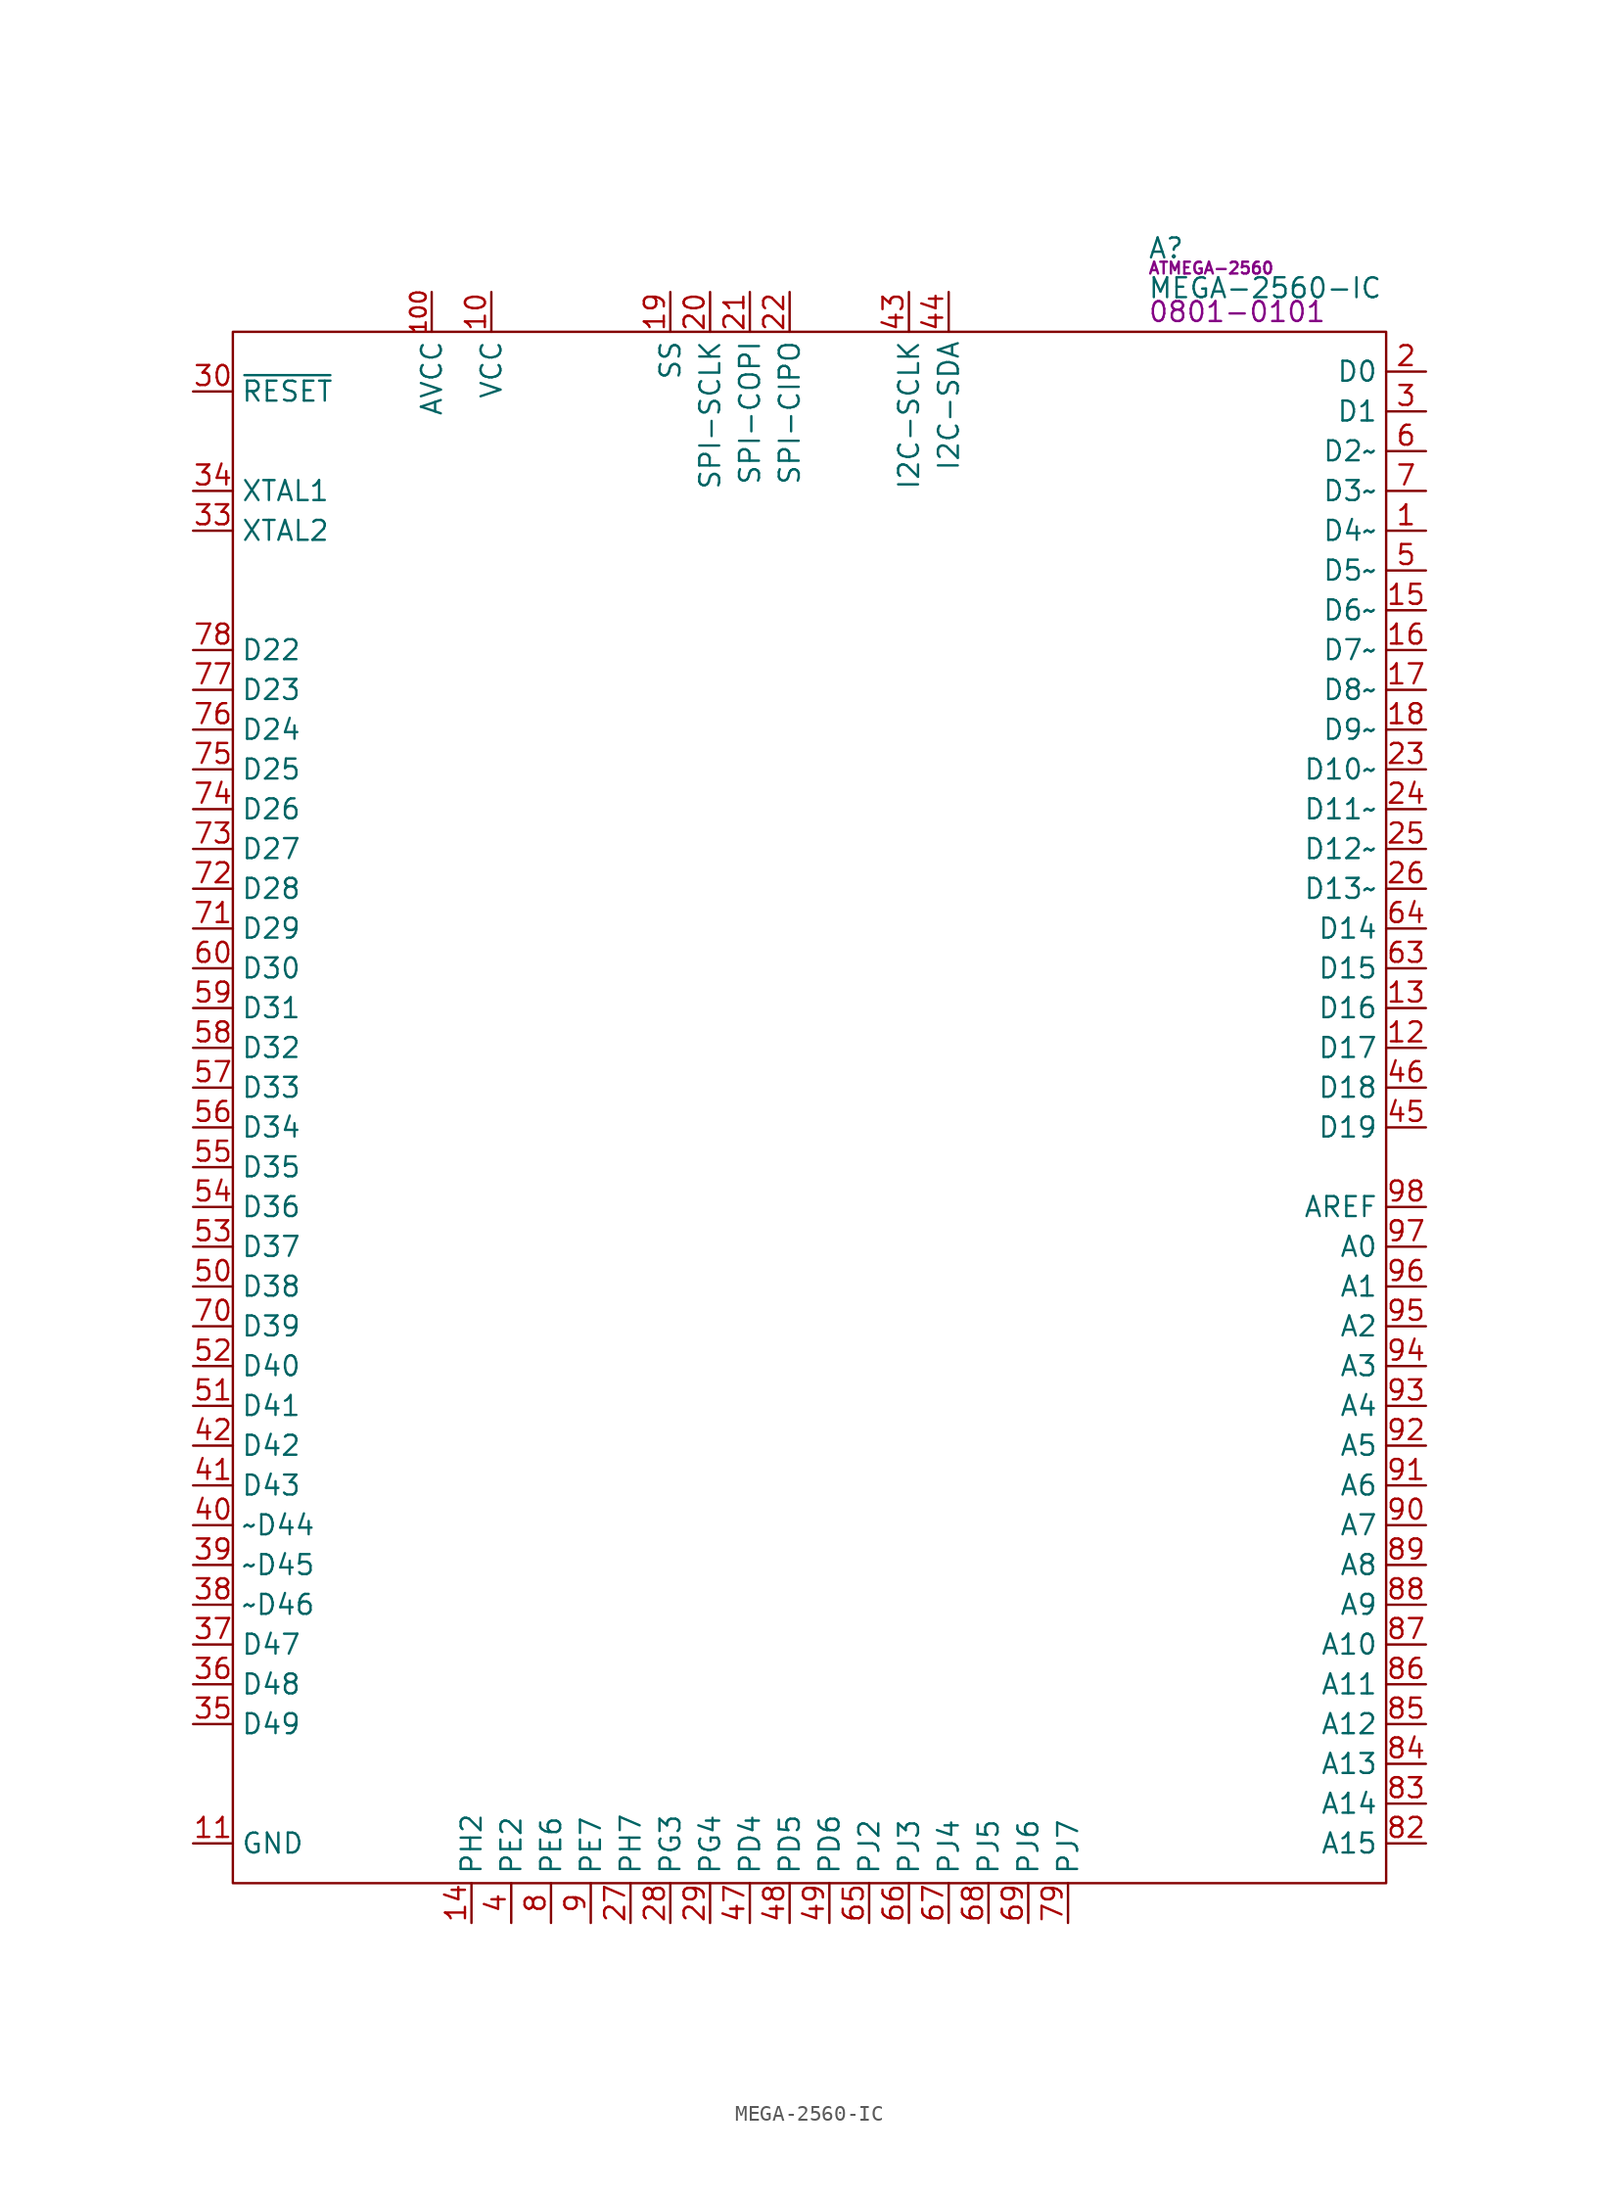
<source format=kicad_sym>
(kicad_symbol_lib
  (version 20211014)
  (generator kicad_symbol_editor)
  (symbol "MEGA-2560-IC"
    (property "Reference" "A"
      (at 58.42 5.334 0)
      (effects (font (size 1.27 1.27)) (justify left)))
    (property "Value" "MEGA-2560-IC"
      (at 58.42 2.794 0)
      (effects (font (size 1.27 1.27)) (justify left)))
    (property "IC" "ATMEGA-2560"
      (at 58.42 4.064 0)
      (effects (font (size 0.75 0.75)) (justify left)))
    (property "PartNumber" "0801-0101"
      (at 58.42 1.27 0)
      (effects (font (size 1.27 1.27)) (justify left)))
    (symbol "MEGA-2560-IC_0_0"
      (pin bidirectional line (at 76.2 -12.7 180) (length 2.54) (name "D4~" (effects (font (size 1.27 1.27)))) (number "1" (effects (font (size 1.27 1.27)))) (alternate "OC0B" bidirectional line) (alternate "PG5" bidirectional line))
      (pin power_in line (at 16.51 2.54 270) (length 2.54) (name "VCC" (effects (font (size 1.27 1.27)))) (number "10" (effects (font (size 1.27 1.27)))))
      (pin power_in line (at 12.7 2.54 270) (length 2.54) (name "AVCC" (effects (font (size 1.27 1.27)))) (number "100" (effects (font (size 1 1)))))
      (pin power_in line (at -2.54 -96.52 0) (length 2.54) (name "GND" (effects (font (size 1.27 1.27)))) (number "11" (effects (font (size 1.27 1.27)))))
      (pin bidirectional line (at 76.2 -45.72 180) (length 2.54) (name "D17" (effects (font (size 1.27 1.27)))) (number "12" (effects (font (size 1.27 1.27)))) (alternate "PH0" bidirectional line) (alternate "RXD2" bidirectional line))
      (pin bidirectional line (at 76.2 -43.18 180) (length 2.54) (name "D16" (effects (font (size 1.27 1.27)))) (number "13" (effects (font (size 1.27 1.27)))) (alternate "PH1" bidirectional line) (alternate "TXD2" bidirectional line))
      (pin bidirectional line (at 15.24 -101.6 90) (length 2.54) (name "PH2" (effects (font (size 1.27 1.27)))) (number "14" (effects (font (size 1.27 1.27)))) (alternate "NC" no_connect line) (alternate "XCK2" bidirectional line))
      (pin bidirectional line (at 76.2 -17.78 180) (length 2.54) (name "D6~" (effects (font (size 1.27 1.27)))) (number "15" (effects (font (size 1.27 1.27)))) (alternate "OC4A" bidirectional line) (alternate "PH3" bidirectional line))
      (pin bidirectional line (at 76.2 -20.32 180) (length 2.54) (name "D7~" (effects (font (size 1.27 1.27)))) (number "16" (effects (font (size 1.27 1.27)))) (alternate "OC4B" bidirectional line) (alternate "PH4" bidirectional line))
      (pin bidirectional line (at 76.2 -22.86 180) (length 2.54) (name "D8~" (effects (font (size 1.27 1.27)))) (number "17" (effects (font (size 1.27 1.27)))) (alternate "OC4C" bidirectional line) (alternate "PH5" bidirectional line))
      (pin bidirectional line (at 76.2 -25.4 180) (length 2.54) (name "D9~" (effects (font (size 1.27 1.27)))) (number "18" (effects (font (size 1.27 1.27)))) (alternate "OC2B" bidirectional line) (alternate "PH6" bidirectional line))
      (pin output line (at 27.94 2.54 270) (length 2.54) (name "SS" (effects (font (size 1.27 1.27)))) (number "19" (effects (font (size 1.27 1.27)))) (alternate "D53" bidirectional line) (alternate "PB0" bidirectional line) (alternate "PCINT0" input line))
      (pin bidirectional line (at 76.2 -2.54 180) (length 2.54) (name "D0" (effects (font (size 1.27 1.27)))) (number "2" (effects (font (size 1.27 1.27)))) (alternate "PCINT8" input line) (alternate "PE0" bidirectional line) (alternate "RXD0" input line))
      (pin output line (at 30.48 2.54 270) (length 2.54) (name "SPI-SCLK" (effects (font (size 1.27 1.27)))) (number "20" (effects (font (size 1.27 1.27)))) (alternate "D52" bidirectional line) (alternate "PB1" bidirectional line) (alternate "PCINT1" input line))
      (pin output line (at 33.02 2.54 270) (length 2.54) (name "SPI-COPI" (effects (font (size 1.27 1.27)))) (number "21" (effects (font (size 1.27 1.27)))) (alternate "D51" bidirectional line) (alternate "PB2" bidirectional line) (alternate "PCINT2" input line))
      (pin bidirectional line (at 35.56 2.54 270) (length 2.54) (name "SPI-CIPO" (effects (font (size 1.27 1.27)))) (number "22" (effects (font (size 1.27 1.27)))) (alternate "D50" bidirectional line) (alternate "PB3" bidirectional line) (alternate "PCINT3" bidirectional line))
      (pin bidirectional line (at 76.2 -27.94 180) (length 2.54) (name "D10~" (effects (font (size 1.27 1.27)))) (number "23" (effects (font (size 1.27 1.27)))) (alternate "OC2A" bidirectional line) (alternate "PB4" bidirectional line) (alternate "PCINT4" bidirectional line))
      (pin bidirectional line (at 76.2 -30.48 180) (length 2.54) (name "D11~" (effects (font (size 1.27 1.27)))) (number "24" (effects (font (size 1.27 1.27)))) (alternate "OC1A" bidirectional line) (alternate "PB5" bidirectional line) (alternate "PCINT5" bidirectional line))
      (pin bidirectional line (at 76.2 -33.02 180) (length 2.54) (name "D12~" (effects (font (size 1.27 1.27)))) (number "25" (effects (font (size 1.27 1.27)))) (alternate "OC1B" bidirectional line) (alternate "PB6" bidirectional line) (alternate "PCINT6" bidirectional line))
      (pin bidirectional line (at 76.2 -35.56 180) (length 2.54) (name "D13~" (effects (font (size 1.27 1.27)))) (number "26" (effects (font (size 1.27 1.27)))) (alternate "OC0A" bidirectional line) (alternate "OC1C" bidirectional line) (alternate "PB7" bidirectional line) (alternate "PCINT7" bidirectional line))
      (pin bidirectional line (at 25.4 -101.6 90) (length 2.54) (name "PH7" (effects (font (size 1.27 1.27)))) (number "27" (effects (font (size 1.27 1.27)))) (alternate "NC" no_connect line) (alternate "T4" unspecified line))
      (pin bidirectional line (at 27.94 -101.6 90) (length 2.54) (name "PG3" (effects (font (size 1.27 1.27)))) (number "28" (effects (font (size 1.27 1.27)))) (alternate "NC" no_connect line) (alternate "TOSC2" bidirectional line))
      (pin bidirectional line (at 30.48 -101.6 90) (length 2.54) (name "PG4" (effects (font (size 1.27 1.27)))) (number "29" (effects (font (size 1.27 1.27)))) (alternate "NC" no_connect line) (alternate "TOSC1" bidirectional line))
      (pin bidirectional line (at 76.2 -5.08 180) (length 2.54) (name "D1" (effects (font (size 1.27 1.27)))) (number "3" (effects (font (size 1.27 1.27)))) (alternate "PE1" bidirectional line) (alternate "TXD0" output line))
      (pin input line (at -2.54 -3.81 0) (length 2.54) (name "~{RESET}" (effects (font (size 1.27 1.27)))) (number "30" (effects (font (size 1.27 1.27)))))
      (pin power_in line (at 16.51 2.54 270) (length 2.54) hide (name "VCC" (effects (font (size 1.27 1.27)))) (number "31" (effects (font (size 1.27 1.27)))))
      (pin power_in line (at -2.54 -96.52 0) (length 2.54) hide (name "GND" (effects (font (size 1.27 1.27)))) (number "32" (effects (font (size 1.27 1.27)))))
      (pin input line (at -2.54 -12.7 0) (length 2.54) (name "XTAL2" (effects (font (size 1.27 1.27)))) (number "33" (effects (font (size 1.27 1.27)))))
      (pin input line (at -2.54 -10.16 0) (length 2.54) (name "XTAL1" (effects (font (size 1.27 1.27)))) (number "34" (effects (font (size 1.27 1.27)))))
      (pin bidirectional line (at -2.54 -88.9 0) (length 2.54) (name "D49" (effects (font (size 1.27 1.27)))) (number "35" (effects (font (size 1.27 1.27)))) (alternate "ICP4" bidirectional line) (alternate "PL0" bidirectional line))
      (pin bidirectional line (at -2.54 -86.36 0) (length 2.54) (name "D48" (effects (font (size 1.27 1.27)))) (number "36" (effects (font (size 1.27 1.27)))) (alternate "ICP5" bidirectional line) (alternate "PL1" bidirectional line))
      (pin bidirectional line (at -2.54 -83.82 0) (length 2.54) (name "D47" (effects (font (size 1.27 1.27)))) (number "37" (effects (font (size 1.27 1.27)))) (alternate "PL2" bidirectional line) (alternate "T5" bidirectional line))
      (pin bidirectional line (at -2.54 -81.28 0) (length 2.54) (name "~D46" (effects (font (size 1.27 1.27)))) (number "38" (effects (font (size 1.27 1.27)))) (alternate "OC5A" bidirectional line) (alternate "PL3" bidirectional line))
      (pin bidirectional line (at -2.54 -78.74 0) (length 2.54) (name "~D45" (effects (font (size 1.27 1.27)))) (number "39" (effects (font (size 1.27 1.27)))) (alternate "OC5B" bidirectional line) (alternate "PL4" bidirectional line))
      (pin bidirectional line (at 17.78 -101.6 90) (length 2.54) (name "PE2" (effects (font (size 1.27 1.27)))) (number "4" (effects (font (size 1.27 1.27)))) (alternate "AIN0" input line) (alternate "NC" no_connect line) (alternate "XCK0" input line))
      (pin bidirectional line (at -2.54 -76.2 0) (length 2.54) (name "~D44" (effects (font (size 1.27 1.27)))) (number "40" (effects (font (size 1.27 1.27)))) (alternate "OC5C" bidirectional line) (alternate "PL5" bidirectional line))
      (pin bidirectional line (at -2.54 -73.66 0) (length 2.54) (name "D43" (effects (font (size 1.27 1.27)))) (number "41" (effects (font (size 1.27 1.27)))) (alternate "PL6" bidirectional line))
      (pin bidirectional line (at -2.54 -71.12 0) (length 2.54) (name "D42" (effects (font (size 1.27 1.27)))) (number "42" (effects (font (size 1.27 1.27)))) (alternate "PL7" bidirectional line))
      (pin output line (at 43.18 2.54 270) (length 2.54) (name "I2C-SCLK" (effects (font (size 1.27 1.27)))) (number "43" (effects (font (size 1.27 1.27)))) (alternate "D21" bidirectional line) (alternate "PD0" bidirectional line))
      (pin bidirectional line (at 45.72 2.54 270) (length 2.54) (name "I2C-SDA" (effects (font (size 1.27 1.27)))) (number "44" (effects (font (size 1.27 1.27)))) (alternate "D20" bidirectional line) (alternate "PD1" bidirectional line))
      (pin bidirectional line (at 76.2 -50.8 180) (length 2.54) (name "D19" (effects (font (size 1.27 1.27)))) (number "45" (effects (font (size 1.27 1.27)))) (alternate "INT2" bidirectional line) (alternate "PD2" bidirectional line) (alternate "RXD1" bidirectional line))
      (pin bidirectional line (at 76.2 -48.26 180) (length 2.54) (name "D18" (effects (font (size 1.27 1.27)))) (number "46" (effects (font (size 1.27 1.27)))) (alternate "INT3" bidirectional line) (alternate "PD3" bidirectional line) (alternate "TXD1" bidirectional line))
      (pin bidirectional line (at 33.02 -101.6 90) (length 2.54) (name "PD4" (effects (font (size 1.27 1.27)))) (number "47" (effects (font (size 1.27 1.27)))) (alternate "ICP1" bidirectional line) (alternate "NC" no_connect line))
      (pin bidirectional line (at 35.56 -101.6 90) (length 2.54) (name "PD5" (effects (font (size 1.27 1.27)))) (number "48" (effects (font (size 1.27 1.27)))) (alternate "NC" no_connect line) (alternate "XCK1" input line))
      (pin bidirectional line (at 38.1 -101.6 90) (length 2.54) (name "PD6" (effects (font (size 1.27 1.27)))) (number "49" (effects (font (size 1.27 1.27)))) (alternate "NC" no_connect line) (alternate "T1" unspecified line))
      (pin bidirectional line (at 76.2 -15.24 180) (length 2.54) (name "D5~" (effects (font (size 1.27 1.27)))) (number "5" (effects (font (size 1.27 1.27)))) (alternate "AIN1" bidirectional line) (alternate "OC3A" bidirectional line) (alternate "PE3" bidirectional line))
      (pin bidirectional line (at -2.54 -60.96 0) (length 2.54) (name "D38" (effects (font (size 1.27 1.27)))) (number "50" (effects (font (size 1.27 1.27)))) (alternate "PD7" bidirectional line) (alternate "T0" bidirectional line))
      (pin bidirectional line (at -2.54 -68.58 0) (length 2.54) (name "D41" (effects (font (size 1.27 1.27)))) (number "51" (effects (font (size 1.27 1.27)))) (alternate "PG0" bidirectional line) (alternate "~{WR}" bidirectional line))
      (pin bidirectional line (at -2.54 -66.04 0) (length 2.54) (name "D40" (effects (font (size 1.27 1.27)))) (number "52" (effects (font (size 1.27 1.27)))) (alternate "PG1" bidirectional line) (alternate "~{RD}" bidirectional line))
      (pin bidirectional line (at -2.54 -58.42 0) (length 2.54) (name "D37" (effects (font (size 1.27 1.27)))) (number "53" (effects (font (size 1.27 1.27)))) (alternate "ADDR8" bidirectional line) (alternate "PC0" bidirectional line))
      (pin bidirectional line (at -2.54 -55.88 0) (length 2.54) (name "D36" (effects (font (size 1.27 1.27)))) (number "54" (effects (font (size 1.27 1.27)))) (alternate "ADDR9" bidirectional line) (alternate "PC1" bidirectional line))
      (pin bidirectional line (at -2.54 -53.34 0) (length 2.54) (name "D35" (effects (font (size 1.27 1.27)))) (number "55" (effects (font (size 1.27 1.27)))) (alternate "ADDR10" bidirectional line) (alternate "PC2" bidirectional line))
      (pin bidirectional line (at -2.54 -50.8 0) (length 2.54) (name "D34" (effects (font (size 1.27 1.27)))) (number "56" (effects (font (size 1.27 1.27)))) (alternate "ADDR11" bidirectional line) (alternate "PC3" bidirectional line))
      (pin bidirectional line (at -2.54 -48.26 0) (length 2.54) (name "D33" (effects (font (size 1.27 1.27)))) (number "57" (effects (font (size 1.27 1.27)))) (alternate "ADDR12" bidirectional line) (alternate "PC4" bidirectional line))
      (pin bidirectional line (at -2.54 -45.72 0) (length 2.54) (name "D32" (effects (font (size 1.27 1.27)))) (number "58" (effects (font (size 1.27 1.27)))) (alternate "ADDR13" bidirectional line) (alternate "PC5" bidirectional line))
      (pin bidirectional line (at -2.54 -43.18 0) (length 2.54) (name "D31" (effects (font (size 1.27 1.27)))) (number "59" (effects (font (size 1.27 1.27)))) (alternate "ADDR14" bidirectional line) (alternate "PC6" bidirectional line))
      (pin bidirectional line (at 76.2 -7.62 180) (length 2.54) (name "D2~" (effects (font (size 1.27 1.27)))) (number "6" (effects (font (size 1.27 1.27)))) (alternate "INT4" input line) (alternate "OC3B" bidirectional line) (alternate "PE4" bidirectional line))
      (pin bidirectional line (at -2.54 -40.64 0) (length 2.54) (name "D30" (effects (font (size 1.27 1.27)))) (number "60" (effects (font (size 1.27 1.27)))) (alternate "ADDR15" bidirectional line) (alternate "PC7" bidirectional line))
      (pin power_in line (at 16.51 2.54 270) (length 2.54) hide (name "VCC" (effects (font (size 1.27 1.27)))) (number "61" (effects (font (size 1.27 1.27)))))
      (pin power_in line (at -2.54 -96.52 0) (length 2.54) hide (name "GND" (effects (font (size 1.27 1.27)))) (number "62" (effects (font (size 1.27 1.27)))))
      (pin bidirectional line (at 76.2 -40.64 180) (length 2.54) (name "D15" (effects (font (size 1.27 1.27)))) (number "63" (effects (font (size 1.27 1.27)))) (alternate "PCINT9" bidirectional line) (alternate "PJ0" bidirectional line) (alternate "RXD3" bidirectional line))
      (pin bidirectional line (at 76.2 -38.1 180) (length 2.54) (name "D14" (effects (font (size 1.27 1.27)))) (number "64" (effects (font (size 1.27 1.27)))) (alternate "PCINT10" bidirectional line) (alternate "PJ1" bidirectional line) (alternate "TXD3" bidirectional line))
      (pin bidirectional line (at 40.64 -101.6 90) (length 2.54) (name "PJ2" (effects (font (size 1.27 1.27)))) (number "65" (effects (font (size 1.27 1.27)))) (alternate "NC" no_connect line) (alternate "PCINT11" input line) (alternate "XCK3" input line))
      (pin bidirectional line (at 43.18 -101.6 90) (length 2.54) (name "PJ3" (effects (font (size 1.27 1.27)))) (number "66" (effects (font (size 1.27 1.27)))) (alternate "NC" no_connect line) (alternate "PCINT12" input line))
      (pin bidirectional line (at 45.72 -101.6 90) (length 2.54) (name "PJ4" (effects (font (size 1.27 1.27)))) (number "67" (effects (font (size 1.27 1.27)))) (alternate "NC" no_connect line) (alternate "PCINT13" input line))
      (pin bidirectional line (at 48.26 -101.6 90) (length 2.54) (name "PJ5" (effects (font (size 1.27 1.27)))) (number "68" (effects (font (size 1.27 1.27)))) (alternate "NC" no_connect line) (alternate "PCINT14" input line))
      (pin bidirectional line (at 50.8 -101.6 90) (length 2.54) (name "PJ6" (effects (font (size 1.27 1.27)))) (number "69" (effects (font (size 1.27 1.27)))) (alternate "NC" no_connect line) (alternate "PCINT15" input line))
      (pin bidirectional line (at 76.2 -10.16 180) (length 2.54) (name "D3~" (effects (font (size 1.27 1.27)))) (number "7" (effects (font (size 1.27 1.27)))) (alternate "INT5" input line) (alternate "OC3C" bidirectional line) (alternate "PE5" bidirectional line))
      (pin bidirectional line (at -2.54 -63.5 0) (length 2.54) (name "D39" (effects (font (size 1.27 1.27)))) (number "70" (effects (font (size 1.27 1.27)))) (alternate "ALE" bidirectional line) (alternate "PG2" bidirectional line))
      (pin bidirectional line (at -2.54 -38.1 0) (length 2.54) (name "D29" (effects (font (size 1.27 1.27)))) (number "71" (effects (font (size 1.27 1.27)))) (alternate "ADDR7" bidirectional line) (alternate "PA7" bidirectional line))
      (pin bidirectional line (at -2.54 -35.56 0) (length 2.54) (name "D28" (effects (font (size 1.27 1.27)))) (number "72" (effects (font (size 1.27 1.27)))) (alternate "ADDR6" bidirectional line) (alternate "PA6" bidirectional line))
      (pin bidirectional line (at -2.54 -33.02 0) (length 2.54) (name "D27" (effects (font (size 1.27 1.27)))) (number "73" (effects (font (size 1.27 1.27)))) (alternate "ADDR5" bidirectional line) (alternate "PA5" bidirectional line))
      (pin bidirectional line (at -2.54 -30.48 0) (length 2.54) (name "D26" (effects (font (size 1.27 1.27)))) (number "74" (effects (font (size 1.27 1.27)))) (alternate "ADDR4" bidirectional line) (alternate "PA4" bidirectional line))
      (pin bidirectional line (at -2.54 -27.94 0) (length 2.54) (name "D25" (effects (font (size 1.27 1.27)))) (number "75" (effects (font (size 1.27 1.27)))) (alternate "ADDR3" bidirectional line) (alternate "PA3" bidirectional line))
      (pin bidirectional line (at -2.54 -25.4 0) (length 2.54) (name "D24" (effects (font (size 1.27 1.27)))) (number "76" (effects (font (size 1.27 1.27)))) (alternate "ADDR2" bidirectional line) (alternate "PA2" bidirectional line))
      (pin bidirectional line (at -2.54 -22.86 0) (length 2.54) (name "D23" (effects (font (size 1.27 1.27)))) (number "77" (effects (font (size 1.27 1.27)))) (alternate "ADDR1" bidirectional line) (alternate "PA1" bidirectional line))
      (pin bidirectional line (at -2.54 -20.32 0) (length 2.54) (name "D22" (effects (font (size 1.27 1.27)))) (number "78" (effects (font (size 1.27 1.27)))) (alternate "ADDR0" bidirectional line) (alternate "PA0" bidirectional line))
      (pin bidirectional line (at 53.34 -101.6 90) (length 2.54) (name "PJ7" (effects (font (size 1.27 1.27)))) (number "79" (effects (font (size 1.27 1.27)))) (alternate "NC" no_connect line))
      (pin bidirectional line (at 20.32 -101.6 90) (length 2.54) (name "PE6" (effects (font (size 1.27 1.27)))) (number "8" (effects (font (size 1.27 1.27)))) (alternate "INT6" input line) (alternate "NC" no_connect line) (alternate "T3" unspecified line))
      (pin power_in line (at 16.51 2.54 270) (length 2.54) hide (name "VCC" (effects (font (size 1.27 1.27)))) (number "80" (effects (font (size 1.27 1.27)))))
      (pin power_in line (at -2.54 -96.52 0) (length 2.54) hide (name "GND" (effects (font (size 1.27 1.27)))) (number "81" (effects (font (size 1.27 1.27)))))
      (pin bidirectional line (at 76.2 -96.52 180) (length 2.54) (name "A15" (effects (font (size 1.27 1.27)))) (number "82" (effects (font (size 1.27 1.27)))) (alternate "D69" bidirectional line) (alternate "PCINT23" bidirectional line) (alternate "PK7" bidirectional line))
      (pin bidirectional line (at 76.2 -93.98 180) (length 2.54) (name "A14" (effects (font (size 1.27 1.27)))) (number "83" (effects (font (size 1.27 1.27)))) (alternate "D68" bidirectional line) (alternate "PCINT22" bidirectional line) (alternate "PK6" bidirectional line))
      (pin bidirectional line (at 76.2 -91.44 180) (length 2.54) (name "A13" (effects (font (size 1.27 1.27)))) (number "84" (effects (font (size 1.27 1.27)))) (alternate "D67" bidirectional line) (alternate "PCINT21" bidirectional line) (alternate "PK5" bidirectional line))
      (pin bidirectional line (at 76.2 -88.9 180) (length 2.54) (name "A12" (effects (font (size 1.27 1.27)))) (number "85" (effects (font (size 1.27 1.27)))) (alternate "D66" bidirectional line) (alternate "PCINT20" bidirectional line) (alternate "PK4" bidirectional line))
      (pin bidirectional line (at 76.2 -86.36 180) (length 2.54) (name "A11" (effects (font (size 1.27 1.27)))) (number "86" (effects (font (size 1.27 1.27)))) (alternate "D65" bidirectional line) (alternate "PCINT19" bidirectional line) (alternate "PK3" bidirectional line))
      (pin bidirectional line (at 76.2 -83.82 180) (length 2.54) (name "A10" (effects (font (size 1.27 1.27)))) (number "87" (effects (font (size 1.27 1.27)))) (alternate "D64" bidirectional line) (alternate "PCINT18" bidirectional line) (alternate "PK2" bidirectional line))
      (pin bidirectional line (at 76.2 -81.28 180) (length 2.54) (name "A9" (effects (font (size 1.27 1.27)))) (number "88" (effects (font (size 1.27 1.27)))) (alternate "D63" bidirectional line) (alternate "PCINT17" bidirectional line) (alternate "PK1" bidirectional line))
      (pin bidirectional line (at 76.2 -78.74 180) (length 2.54) (name "A8" (effects (font (size 1.27 1.27)))) (number "89" (effects (font (size 1.27 1.27)))) (alternate "D62" bidirectional line) (alternate "PCINT16" bidirectional line) (alternate "PK0" bidirectional line))
      (pin bidirectional line (at 22.86 -101.6 90) (length 2.54) (name "PE7" (effects (font (size 1.27 1.27)))) (number "9" (effects (font (size 1.27 1.27)))) (alternate "CLKO" output line) (alternate "ICP3" input line) (alternate "INT7" input line) (alternate "NC" no_connect line))
      (pin bidirectional line (at 76.2 -76.2 180) (length 2.54) (name "A7" (effects (font (size 1.27 1.27)))) (number "90" (effects (font (size 1.27 1.27)))) (alternate "D61" bidirectional line) (alternate "PF7" bidirectional line) (alternate "TDI" bidirectional line))
      (pin bidirectional line (at 76.2 -73.66 180) (length 2.54) (name "A6" (effects (font (size 1.27 1.27)))) (number "91" (effects (font (size 1.27 1.27)))) (alternate "D60" bidirectional line) (alternate "PF6" bidirectional line) (alternate "TDO" bidirectional line))
      (pin bidirectional line (at 76.2 -71.12 180) (length 2.54) (name "A5" (effects (font (size 1.27 1.27)))) (number "92" (effects (font (size 1.27 1.27)))) (alternate "D59" bidirectional line) (alternate "PF5" bidirectional line) (alternate "TMS" bidirectional line))
      (pin bidirectional line (at 76.2 -68.58 180) (length 2.54) (name "A4" (effects (font (size 1.27 1.27)))) (number "93" (effects (font (size 1.27 1.27)))) (alternate "D58" bidirectional line) (alternate "PF4" bidirectional line) (alternate "TCK" bidirectional line))
      (pin bidirectional line (at 76.2 -66.04 180) (length 2.54) (name "A3" (effects (font (size 1.27 1.27)))) (number "94" (effects (font (size 1.27 1.27)))) (alternate "D57" bidirectional line) (alternate "PF3" bidirectional line))
      (pin bidirectional line (at 76.2 -63.5 180) (length 2.54) (name "A2" (effects (font (size 1.27 1.27)))) (number "95" (effects (font (size 1.27 1.27)))) (alternate "D56" bidirectional line) (alternate "PF2" bidirectional line))
      (pin bidirectional line (at 76.2 -60.96 180) (length 2.54) (name "A1" (effects (font (size 1.27 1.27)))) (number "96" (effects (font (size 1.27 1.27)))) (alternate "D55" bidirectional line) (alternate "PF1" bidirectional line))
      (pin bidirectional line (at 76.2 -58.42 180) (length 2.54) (name "A0" (effects (font (size 1.27 1.27)))) (number "97" (effects (font (size 1.27 1.27)))) (alternate "D54" bidirectional line) (alternate "PF0" bidirectional line))
      (pin input line (at 76.2 -55.88 180) (length 2.54) (name "AREF" (effects (font (size 1.27 1.27)))) (number "98" (effects (font (size 1.27 1.27)))))
      (pin power_in line (at -2.54 -96.52 0) (length 2.54) hide (name "GND" (effects (font (size 1.27 1.27)))) (number "99" (effects (font (size 1.27 1.27))))))
    (symbol "MEGA-2560-IC_0_1"
      (rectangle (start 0 0) (end 73.66 -99.06) (stroke (width 0) (type default) (color 0 0 0 0)) (fill (type none))))))
</source>
